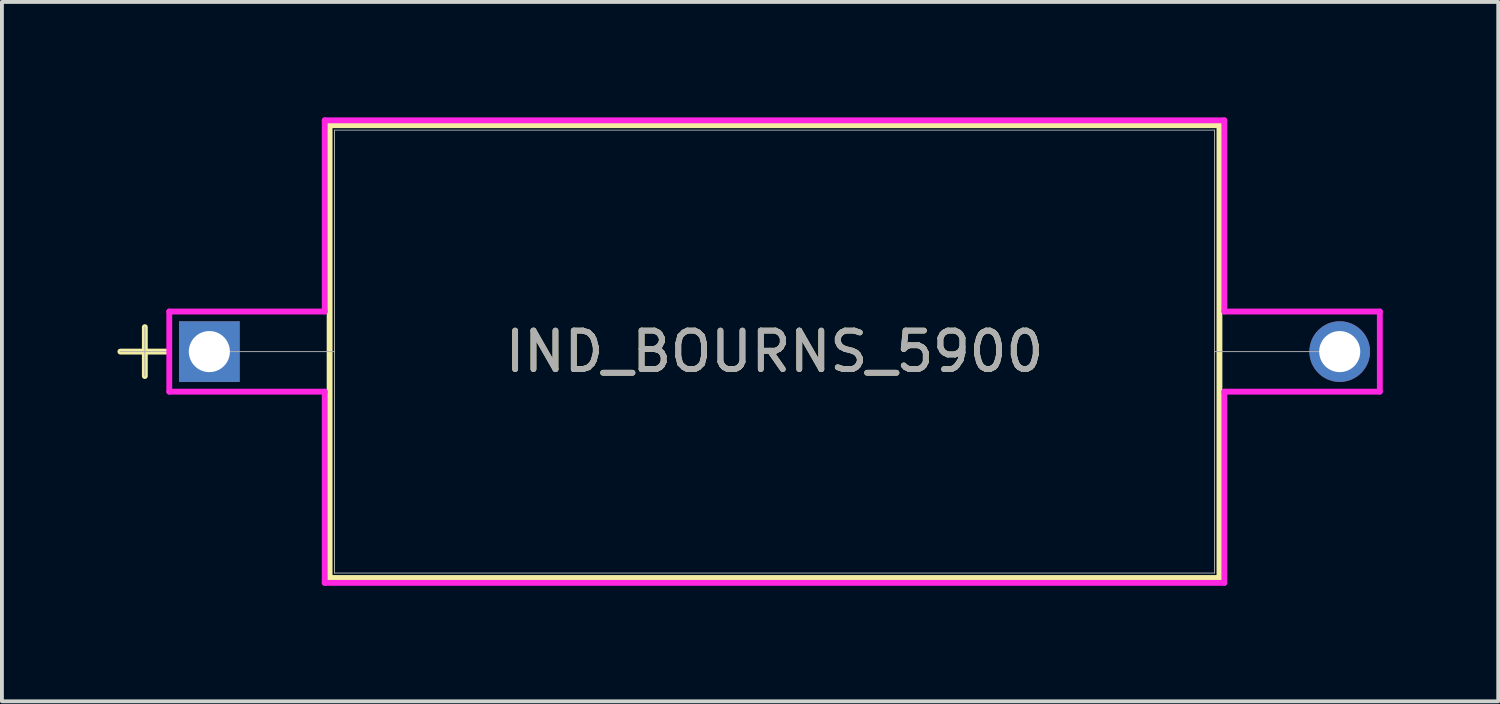
<source format=kicad_pcb>
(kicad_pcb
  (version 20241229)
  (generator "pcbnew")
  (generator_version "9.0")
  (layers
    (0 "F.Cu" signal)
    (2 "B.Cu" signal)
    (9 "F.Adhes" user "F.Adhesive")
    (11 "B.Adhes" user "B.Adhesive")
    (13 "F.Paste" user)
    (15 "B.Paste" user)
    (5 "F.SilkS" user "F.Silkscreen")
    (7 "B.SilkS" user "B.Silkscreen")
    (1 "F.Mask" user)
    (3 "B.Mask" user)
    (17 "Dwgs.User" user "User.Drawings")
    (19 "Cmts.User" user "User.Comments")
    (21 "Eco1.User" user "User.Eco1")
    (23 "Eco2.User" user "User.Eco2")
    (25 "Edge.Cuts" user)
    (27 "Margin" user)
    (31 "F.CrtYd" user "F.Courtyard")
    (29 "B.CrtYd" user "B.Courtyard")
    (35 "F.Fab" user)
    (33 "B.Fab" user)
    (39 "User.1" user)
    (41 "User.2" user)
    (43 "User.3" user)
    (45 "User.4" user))
  (footprint "IND_BOURNS_5900"
    (layer "F.Cu")
    (at 2.388 6.083)
    (property "Reference" "IND_BOURNS_5900" (at 14.681 0 0) (unlocked yes) (layer "F.SilkS") (effects (font (size 1 1) (thickness 0.15))))
    (attr through_hole)
    (fp_line (start -2.311 0) (end -1.12 0) (stroke (width 0.152) (type solid)) (layer "F.SilkS"))
    (fp_line (start -1.676 -0.635) (end -1.676 0.635) (stroke (width 0.152) (type solid)) (layer "F.SilkS"))
    (fp_line (start 3.124 -5.88) (end 3.124 5.88) (stroke (width 0.152) (type solid)) (layer "F.SilkS"))
    (fp_line (start 3.124 5.88) (end 26.238 5.88) (stroke (width 0.152) (type solid)) (layer "F.SilkS"))
    (fp_line (start 26.238 -5.88) (end 3.124 -5.88) (stroke (width 0.152) (type solid)) (layer "F.SilkS"))
    (fp_line (start 26.238 5.88) (end 26.238 -5.88) (stroke (width 0.152) (type solid)) (layer "F.SilkS"))
    (fp_line (start -1.041 -1.041) (end 2.997 -1.041) (stroke (width 0.152) (type solid)) (layer "F.CrtYd"))
    (fp_line (start -1.041 1.041) (end -1.041 -1.041) (stroke (width 0.152) (type solid)) (layer "F.CrtYd"))
    (fp_line (start 2.997 -6.007) (end 26.365 -6.007) (stroke (width 0.152) (type solid)) (layer "F.CrtYd"))
    (fp_line (start 2.997 -1.041) (end 2.997 -6.007) (stroke (width 0.152) (type solid)) (layer "F.CrtYd"))
    (fp_line (start 2.997 1.041) (end -1.041 1.041) (stroke (width 0.152) (type solid)) (layer "F.CrtYd"))
    (fp_line (start 2.997 6.007) (end 2.997 1.041) (stroke (width 0.152) (type solid)) (layer "F.CrtYd"))
    (fp_line (start 26.365 -6.007) (end 26.365 -1.041) (stroke (width 0.152) (type solid)) (layer "F.CrtYd"))
    (fp_line (start 26.365 -1.041) (end 30.404 -1.041) (stroke (width 0.152) (type solid)) (layer "F.CrtYd"))
    (fp_line (start 26.365 1.041) (end 26.365 6.007) (stroke (width 0.152) (type solid)) (layer "F.CrtYd"))
    (fp_line (start 26.365 6.007) (end 2.997 6.007) (stroke (width 0.152) (type solid)) (layer "F.CrtYd"))
    (fp_line (start 30.404 -1.041) (end 30.404 1.041) (stroke (width 0.152) (type solid)) (layer "F.CrtYd"))
    (fp_line (start 30.404 1.041) (end 26.365 1.041) (stroke (width 0.152) (type solid)) (layer "F.CrtYd"))
    (fp_line (start -2.311 0) (end -1.041 0) (stroke (width 0.025) (type solid)) (layer "F.Fab"))
    (fp_line (start -1.676 -0.635) (end -1.676 0.635) (stroke (width 0.025) (type solid)) (layer "F.Fab"))
    (fp_line (start 0 0) (end 3.251 0) (stroke (width 0.025) (type solid)) (layer "F.Fab"))
    (fp_line (start 3.251 -5.753) (end 3.251 5.753) (stroke (width 0.025) (type solid)) (layer "F.Fab"))
    (fp_line (start 3.251 5.753) (end 26.111 5.753) (stroke (width 0.025) (type solid)) (layer "F.Fab"))
    (fp_line (start 26.111 -5.753) (end 3.251 -5.753) (stroke (width 0.025) (type solid)) (layer "F.Fab"))
    (fp_line (start 26.111 5.753) (end 26.111 -5.753) (stroke (width 0.025) (type solid)) (layer "F.Fab"))
    (fp_line (start 29.362 0) (end 26.111 0) (stroke (width 0.025) (type solid)) (layer "F.Fab"))
    (fp_text user "${REFERENCE}" (at 14.681 0 0) (unlocked yes) (layer "F.Fab") (effects (font (size 1 1) (thickness 0.15))))
    (pad "1" thru_hole rect (at 0 0) (size 1.575 1.575) (drill 1.067) (layers "*.Cu" "*.Mask"))
    (pad "2" thru_hole circle (at 29.362 0) (size 1.575 1.575) (drill 1.067) (layers "*.Cu" "*.Mask")))
  (gr_rect
    (start -3 -3)
    (end 35.868 15.167)
    (stroke (width 0.1) (type default))
    (fill no)
    (layer "Edge.Cuts")))
</source>
